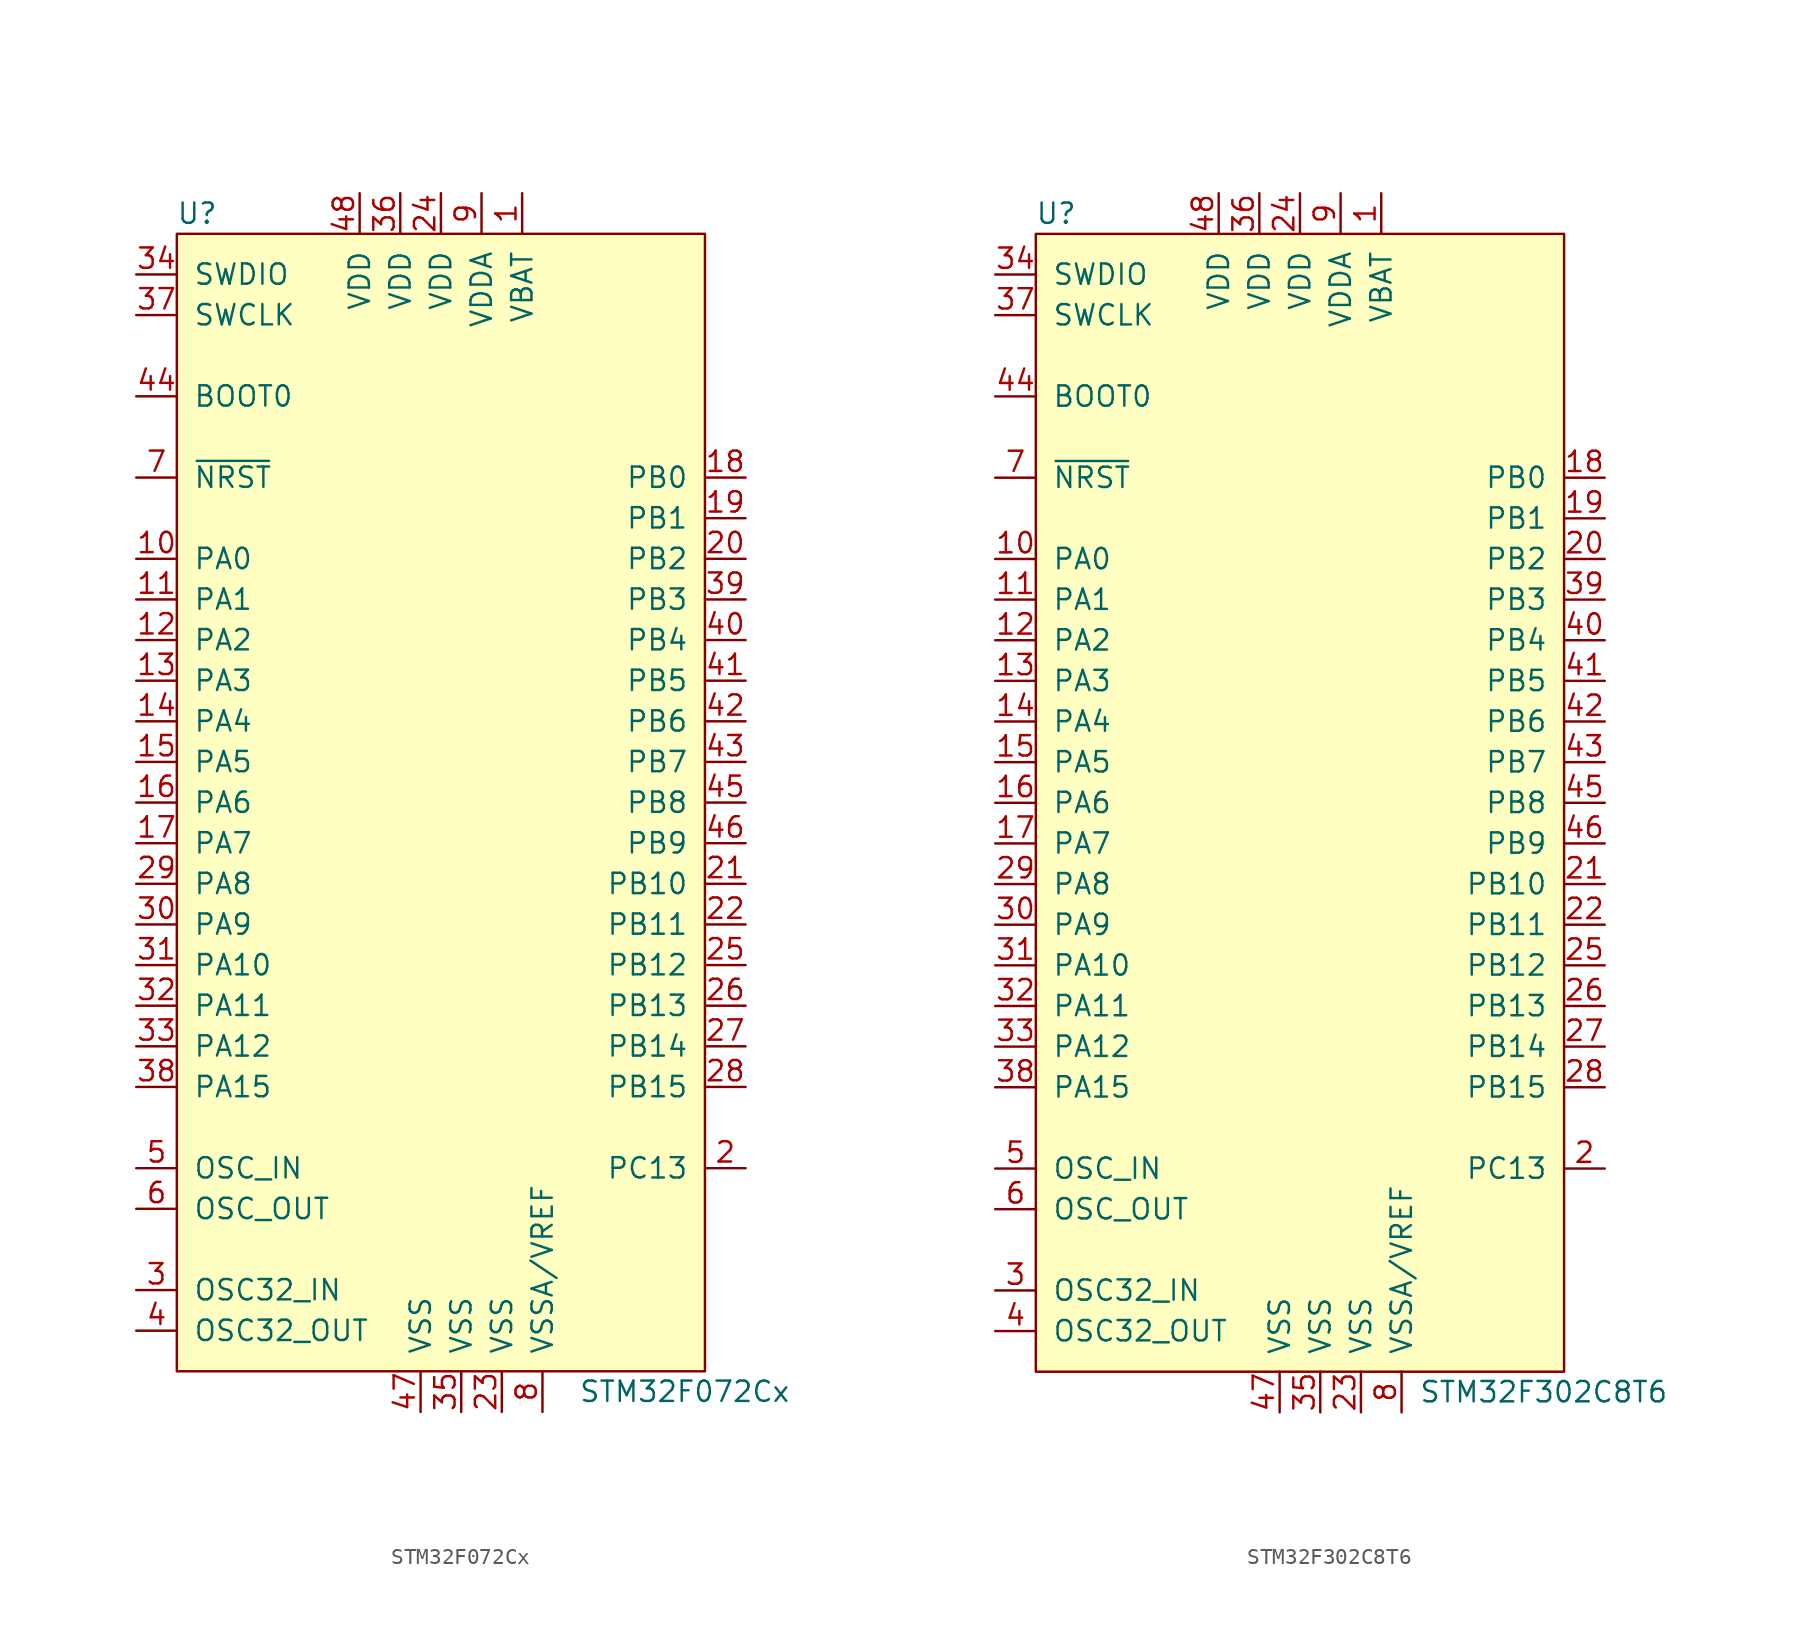
<source format=kicad_sym>
(kicad_symbol_lib
  (version 20231120)
  (generator "kicad_symbol_editor")
  (generator_version "8.0")
  (symbol "STM32F072Cx"
    (pin_names
      (offset 1.016))
    (property "Reference" "U"
      (at -15.24 38.1 0)
      (effects (font (size 1.27 1.27))))
    (property "Value" "STM32F072Cx"
      (at 15.24 -35.56 0)
      (effects (font (size 1.27 1.27))))
    (symbol "STM32F072Cx_0_0"
      (pin power_in line (at 5.08 39.37 270) (length 2.54) (name "VBAT" (effects (font (size 1.27 1.27)))) (number "1" (effects (font (size 1.27 1.27)))))
      (pin bidirectional line (at -19.05 16.51 0) (length 2.54) (name "PA0" (effects (font (size 1.27 1.27)))) (number "10" (effects (font (size 1.27 1.27)))))
      (pin bidirectional line (at -19.05 13.97 0) (length 2.54) (name "PA1" (effects (font (size 1.27 1.27)))) (number "11" (effects (font (size 1.27 1.27)))))
      (pin bidirectional line (at -19.05 11.43 0) (length 2.54) (name "PA2" (effects (font (size 1.27 1.27)))) (number "12" (effects (font (size 1.27 1.27)))))
      (pin bidirectional line (at -19.05 8.89 0) (length 2.54) (name "PA3" (effects (font (size 1.27 1.27)))) (number "13" (effects (font (size 1.27 1.27)))))
      (pin bidirectional line (at -19.05 6.35 0) (length 2.54) (name "PA4" (effects (font (size 1.27 1.27)))) (number "14" (effects (font (size 1.27 1.27)))))
      (pin bidirectional line (at -19.05 3.81 0) (length 2.54) (name "PA5" (effects (font (size 1.27 1.27)))) (number "15" (effects (font (size 1.27 1.27)))))
      (pin bidirectional line (at -19.05 1.27 0) (length 2.54) (name "PA6" (effects (font (size 1.27 1.27)))) (number "16" (effects (font (size 1.27 1.27)))))
      (pin bidirectional line (at -19.05 -1.27 0) (length 2.54) (name "PA7" (effects (font (size 1.27 1.27)))) (number "17" (effects (font (size 1.27 1.27)))))
      (pin bidirectional line (at 19.05 21.59 180) (length 2.54) (name "PB0" (effects (font (size 1.27 1.27)))) (number "18" (effects (font (size 1.27 1.27)))))
      (pin bidirectional line (at 19.05 19.05 180) (length 2.54) (name "PB1" (effects (font (size 1.27 1.27)))) (number "19" (effects (font (size 1.27 1.27)))))
      (pin bidirectional line (at 19.05 -21.59 180) (length 2.54) (name "PC13" (effects (font (size 1.27 1.27)))) (number "2" (effects (font (size 1.27 1.27)))))
      (pin bidirectional line (at 19.05 16.51 180) (length 2.54) (name "PB2" (effects (font (size 1.27 1.27)))) (number "20" (effects (font (size 1.27 1.27)))))
      (pin bidirectional line (at 19.05 -3.81 180) (length 2.54) (name "PB10" (effects (font (size 1.27 1.27)))) (number "21" (effects (font (size 1.27 1.27)))))
      (pin bidirectional line (at 19.05 -6.35 180) (length 2.54) (name "PB11" (effects (font (size 1.27 1.27)))) (number "22" (effects (font (size 1.27 1.27)))))
      (pin power_in line (at 3.81 -36.83 90) (length 2.54) (name "VSS" (effects (font (size 1.27 1.27)))) (number "23" (effects (font (size 1.27 1.27)))))
      (pin power_in line (at 0 39.37 270) (length 2.54) (name "VDD" (effects (font (size 1.27 1.27)))) (number "24" (effects (font (size 1.27 1.27)))))
      (pin bidirectional line (at 19.05 -8.89 180) (length 2.54) (name "PB12" (effects (font (size 1.27 1.27)))) (number "25" (effects (font (size 1.27 1.27)))))
      (pin bidirectional line (at 19.05 -11.43 180) (length 2.54) (name "PB13" (effects (font (size 1.27 1.27)))) (number "26" (effects (font (size 1.27 1.27)))))
      (pin bidirectional line (at 19.05 -13.97 180) (length 2.54) (name "PB14" (effects (font (size 1.27 1.27)))) (number "27" (effects (font (size 1.27 1.27)))))
      (pin bidirectional line (at 19.05 -16.51 180) (length 2.54) (name "PB15" (effects (font (size 1.27 1.27)))) (number "28" (effects (font (size 1.27 1.27)))))
      (pin bidirectional line (at -19.05 -3.81 0) (length 2.54) (name "PA8" (effects (font (size 1.27 1.27)))) (number "29" (effects (font (size 1.27 1.27)))))
      (pin input line (at -19.05 -29.21 0) (length 2.54) (name "OSC32_IN" (effects (font (size 1.27 1.27)))) (number "3" (effects (font (size 1.27 1.27)))))
      (pin bidirectional line (at -19.05 -6.35 0) (length 2.54) (name "PA9" (effects (font (size 1.27 1.27)))) (number "30" (effects (font (size 1.27 1.27)))))
      (pin bidirectional line (at -19.05 -8.89 0) (length 2.54) (name "PA10" (effects (font (size 1.27 1.27)))) (number "31" (effects (font (size 1.27 1.27)))))
      (pin bidirectional line (at -19.05 -11.43 0) (length 2.54) (name "PA11" (effects (font (size 1.27 1.27)))) (number "32" (effects (font (size 1.27 1.27)))))
      (pin bidirectional line (at -19.05 -13.97 0) (length 2.54) (name "PA12" (effects (font (size 1.27 1.27)))) (number "33" (effects (font (size 1.27 1.27)))))
      (pin bidirectional line (at -19.05 34.29 0) (length 2.54) (name "SWDIO" (effects (font (size 1.27 1.27)))) (number "34" (effects (font (size 1.27 1.27)))))
      (pin power_in line (at 1.27 -36.83 90) (length 2.54) (name "VSS" (effects (font (size 1.27 1.27)))) (number "35" (effects (font (size 1.27 1.27)))))
      (pin power_in line (at -2.54 39.37 270) (length 2.54) (name "VDD" (effects (font (size 1.27 1.27)))) (number "36" (effects (font (size 1.27 1.27)))))
      (pin bidirectional line (at -19.05 31.75 0) (length 2.54) (name "SWCLK" (effects (font (size 1.27 1.27)))) (number "37" (effects (font (size 1.27 1.27)))))
      (pin bidirectional line (at -19.05 -16.51 0) (length 2.54) (name "PA15" (effects (font (size 1.27 1.27)))) (number "38" (effects (font (size 1.27 1.27)))))
      (pin bidirectional line (at 19.05 13.97 180) (length 2.54) (name "PB3" (effects (font (size 1.27 1.27)))) (number "39" (effects (font (size 1.27 1.27)))))
      (pin output line (at -19.05 -31.75 0) (length 2.54) (name "OSC32_OUT" (effects (font (size 1.27 1.27)))) (number "4" (effects (font (size 1.27 1.27)))))
      (pin bidirectional line (at 19.05 11.43 180) (length 2.54) (name "PB4" (effects (font (size 1.27 1.27)))) (number "40" (effects (font (size 1.27 1.27)))))
      (pin bidirectional line (at 19.05 8.89 180) (length 2.54) (name "PB5" (effects (font (size 1.27 1.27)))) (number "41" (effects (font (size 1.27 1.27)))))
      (pin bidirectional line (at 19.05 6.35 180) (length 2.54) (name "PB6" (effects (font (size 1.27 1.27)))) (number "42" (effects (font (size 1.27 1.27)))))
      (pin bidirectional line (at 19.05 3.81 180) (length 2.54) (name "PB7" (effects (font (size 1.27 1.27)))) (number "43" (effects (font (size 1.27 1.27)))))
      (pin input line (at -19.05 26.67 0) (length 2.54) (name "BOOT0" (effects (font (size 1.27 1.27)))) (number "44" (effects (font (size 1.27 1.27)))))
      (pin bidirectional line (at 19.05 1.27 180) (length 2.54) (name "PB8" (effects (font (size 1.27 1.27)))) (number "45" (effects (font (size 1.27 1.27)))))
      (pin bidirectional line (at 19.05 -1.27 180) (length 2.54) (name "PB9" (effects (font (size 1.27 1.27)))) (number "46" (effects (font (size 1.27 1.27)))))
      (pin power_in line (at -1.27 -36.83 90) (length 2.54) (name "VSS" (effects (font (size 1.27 1.27)))) (number "47" (effects (font (size 1.27 1.27)))))
      (pin power_in line (at -5.08 39.37 270) (length 2.54) (name "VDD" (effects (font (size 1.27 1.27)))) (number "48" (effects (font (size 1.27 1.27)))))
      (pin input line (at -19.05 -21.59 0) (length 2.54) (name "OSC_IN" (effects (font (size 1.27 1.27)))) (number "5" (effects (font (size 1.27 1.27)))))
      (pin output line (at -19.05 -24.13 0) (length 2.54) (name "OSC_OUT" (effects (font (size 1.27 1.27)))) (number "6" (effects (font (size 1.27 1.27)))))
      (pin output line (at -19.05 21.59 0) (length 2.54) (name "~{NRST}" (effects (font (size 1.27 1.27)))) (number "7" (effects (font (size 1.27 1.27)))))
      (pin power_in line (at 6.35 -36.83 90) (length 2.54) (name "VSSA/VREF" (effects (font (size 1.27 1.27)))) (number "8" (effects (font (size 1.27 1.27)))))
      (pin power_in line (at 2.54 39.37 270) (length 2.54) (name "VDDA" (effects (font (size 1.27 1.27)))) (number "9" (effects (font (size 1.27 1.27))))))
    (symbol "STM32F072Cx_0_1"
      (rectangle (start -16.51 36.83) (end 16.51 -34.29) (stroke (width 0) (type default)) (fill (type background)))))
  (symbol "STM32F302C8T6"
    (pin_names
      (offset 1.016))
    (property "Reference" "U"
      (at -15.24 38.1 0)
      (effects (font (size 1.27 1.27))))
    (property "Value" "STM32F302C8T6"
      (at 15.24 -35.56 0)
      (effects (font (size 1.27 1.27))))
    (symbol "STM32F302C8T6_0_0"
      (pin power_in line (at 5.08 39.37 270) (length 2.54) (name "VBAT" (effects (font (size 1.27 1.27)))) (number "1" (effects (font (size 1.27 1.27)))))
      (pin bidirectional line (at -19.05 16.51 0) (length 2.54) (name "PA0" (effects (font (size 1.27 1.27)))) (number "10" (effects (font (size 1.27 1.27)))))
      (pin bidirectional line (at -19.05 13.97 0) (length 2.54) (name "PA1" (effects (font (size 1.27 1.27)))) (number "11" (effects (font (size 1.27 1.27)))))
      (pin bidirectional line (at -19.05 11.43 0) (length 2.54) (name "PA2" (effects (font (size 1.27 1.27)))) (number "12" (effects (font (size 1.27 1.27)))))
      (pin bidirectional line (at -19.05 8.89 0) (length 2.54) (name "PA3" (effects (font (size 1.27 1.27)))) (number "13" (effects (font (size 1.27 1.27)))))
      (pin bidirectional line (at -19.05 6.35 0) (length 2.54) (name "PA4" (effects (font (size 1.27 1.27)))) (number "14" (effects (font (size 1.27 1.27)))))
      (pin bidirectional line (at -19.05 3.81 0) (length 2.54) (name "PA5" (effects (font (size 1.27 1.27)))) (number "15" (effects (font (size 1.27 1.27)))))
      (pin bidirectional line (at -19.05 1.27 0) (length 2.54) (name "PA6" (effects (font (size 1.27 1.27)))) (number "16" (effects (font (size 1.27 1.27)))))
      (pin bidirectional line (at -19.05 -1.27 0) (length 2.54) (name "PA7" (effects (font (size 1.27 1.27)))) (number "17" (effects (font (size 1.27 1.27)))))
      (pin bidirectional line (at 19.05 21.59 180) (length 2.54) (name "PB0" (effects (font (size 1.27 1.27)))) (number "18" (effects (font (size 1.27 1.27)))))
      (pin bidirectional line (at 19.05 19.05 180) (length 2.54) (name "PB1" (effects (font (size 1.27 1.27)))) (number "19" (effects (font (size 1.27 1.27)))))
      (pin bidirectional line (at 19.05 -21.59 180) (length 2.54) (name "PC13" (effects (font (size 1.27 1.27)))) (number "2" (effects (font (size 1.27 1.27)))))
      (pin bidirectional line (at 19.05 16.51 180) (length 2.54) (name "PB2" (effects (font (size 1.27 1.27)))) (number "20" (effects (font (size 1.27 1.27)))))
      (pin bidirectional line (at 19.05 -3.81 180) (length 2.54) (name "PB10" (effects (font (size 1.27 1.27)))) (number "21" (effects (font (size 1.27 1.27)))))
      (pin bidirectional line (at 19.05 -6.35 180) (length 2.54) (name "PB11" (effects (font (size 1.27 1.27)))) (number "22" (effects (font (size 1.27 1.27)))))
      (pin power_in line (at 3.81 -36.83 90) (length 2.54) (name "VSS" (effects (font (size 1.27 1.27)))) (number "23" (effects (font (size 1.27 1.27)))))
      (pin power_in line (at 0 39.37 270) (length 2.54) (name "VDD" (effects (font (size 1.27 1.27)))) (number "24" (effects (font (size 1.27 1.27)))))
      (pin bidirectional line (at 19.05 -8.89 180) (length 2.54) (name "PB12" (effects (font (size 1.27 1.27)))) (number "25" (effects (font (size 1.27 1.27)))))
      (pin bidirectional line (at 19.05 -11.43 180) (length 2.54) (name "PB13" (effects (font (size 1.27 1.27)))) (number "26" (effects (font (size 1.27 1.27)))))
      (pin bidirectional line (at 19.05 -13.97 180) (length 2.54) (name "PB14" (effects (font (size 1.27 1.27)))) (number "27" (effects (font (size 1.27 1.27)))))
      (pin bidirectional line (at 19.05 -16.51 180) (length 2.54) (name "PB15" (effects (font (size 1.27 1.27)))) (number "28" (effects (font (size 1.27 1.27)))))
      (pin bidirectional line (at -19.05 -3.81 0) (length 2.54) (name "PA8" (effects (font (size 1.27 1.27)))) (number "29" (effects (font (size 1.27 1.27)))))
      (pin input line (at -19.05 -29.21 0) (length 2.54) (name "OSC32_IN" (effects (font (size 1.27 1.27)))) (number "3" (effects (font (size 1.27 1.27)))))
      (pin bidirectional line (at -19.05 -6.35 0) (length 2.54) (name "PA9" (effects (font (size 1.27 1.27)))) (number "30" (effects (font (size 1.27 1.27)))))
      (pin bidirectional line (at -19.05 -8.89 0) (length 2.54) (name "PA10" (effects (font (size 1.27 1.27)))) (number "31" (effects (font (size 1.27 1.27)))))
      (pin bidirectional line (at -19.05 -11.43 0) (length 2.54) (name "PA11" (effects (font (size 1.27 1.27)))) (number "32" (effects (font (size 1.27 1.27)))))
      (pin bidirectional line (at -19.05 -13.97 0) (length 2.54) (name "PA12" (effects (font (size 1.27 1.27)))) (number "33" (effects (font (size 1.27 1.27)))))
      (pin bidirectional line (at -19.05 34.29 0) (length 2.54) (name "SWDIO" (effects (font (size 1.27 1.27)))) (number "34" (effects (font (size 1.27 1.27)))))
      (pin power_in line (at 1.27 -36.83 90) (length 2.54) (name "VSS" (effects (font (size 1.27 1.27)))) (number "35" (effects (font (size 1.27 1.27)))))
      (pin power_in line (at -2.54 39.37 270) (length 2.54) (name "VDD" (effects (font (size 1.27 1.27)))) (number "36" (effects (font (size 1.27 1.27)))))
      (pin bidirectional line (at -19.05 31.75 0) (length 2.54) (name "SWCLK" (effects (font (size 1.27 1.27)))) (number "37" (effects (font (size 1.27 1.27)))))
      (pin bidirectional line (at -19.05 -16.51 0) (length 2.54) (name "PA15" (effects (font (size 1.27 1.27)))) (number "38" (effects (font (size 1.27 1.27)))))
      (pin bidirectional line (at 19.05 13.97 180) (length 2.54) (name "PB3" (effects (font (size 1.27 1.27)))) (number "39" (effects (font (size 1.27 1.27)))))
      (pin output line (at -19.05 -31.75 0) (length 2.54) (name "OSC32_OUT" (effects (font (size 1.27 1.27)))) (number "4" (effects (font (size 1.27 1.27)))))
      (pin bidirectional line (at 19.05 11.43 180) (length 2.54) (name "PB4" (effects (font (size 1.27 1.27)))) (number "40" (effects (font (size 1.27 1.27)))))
      (pin bidirectional line (at 19.05 8.89 180) (length 2.54) (name "PB5" (effects (font (size 1.27 1.27)))) (number "41" (effects (font (size 1.27 1.27)))))
      (pin bidirectional line (at 19.05 6.35 180) (length 2.54) (name "PB6" (effects (font (size 1.27 1.27)))) (number "42" (effects (font (size 1.27 1.27)))))
      (pin bidirectional line (at 19.05 3.81 180) (length 2.54) (name "PB7" (effects (font (size 1.27 1.27)))) (number "43" (effects (font (size 1.27 1.27)))))
      (pin input line (at -19.05 26.67 0) (length 2.54) (name "BOOT0" (effects (font (size 1.27 1.27)))) (number "44" (effects (font (size 1.27 1.27)))))
      (pin bidirectional line (at 19.05 1.27 180) (length 2.54) (name "PB8" (effects (font (size 1.27 1.27)))) (number "45" (effects (font (size 1.27 1.27)))))
      (pin bidirectional line (at 19.05 -1.27 180) (length 2.54) (name "PB9" (effects (font (size 1.27 1.27)))) (number "46" (effects (font (size 1.27 1.27)))))
      (pin power_in line (at -1.27 -36.83 90) (length 2.54) (name "VSS" (effects (font (size 1.27 1.27)))) (number "47" (effects (font (size 1.27 1.27)))))
      (pin power_in line (at -5.08 39.37 270) (length 2.54) (name "VDD" (effects (font (size 1.27 1.27)))) (number "48" (effects (font (size 1.27 1.27)))))
      (pin input line (at -19.05 -21.59 0) (length 2.54) (name "OSC_IN" (effects (font (size 1.27 1.27)))) (number "5" (effects (font (size 1.27 1.27)))))
      (pin output line (at -19.05 -24.13 0) (length 2.54) (name "OSC_OUT" (effects (font (size 1.27 1.27)))) (number "6" (effects (font (size 1.27 1.27)))))
      (pin output line (at -19.05 21.59 0) (length 2.54) (name "~{NRST}" (effects (font (size 1.27 1.27)))) (number "7" (effects (font (size 1.27 1.27)))))
      (pin power_in line (at 6.35 -36.83 90) (length 2.54) (name "VSSA/VREF" (effects (font (size 1.27 1.27)))) (number "8" (effects (font (size 1.27 1.27)))))
      (pin power_in line (at 2.54 39.37 270) (length 2.54) (name "VDDA" (effects (font (size 1.27 1.27)))) (number "9" (effects (font (size 1.27 1.27))))))
    (symbol "STM32F302C8T6_0_1"
      (rectangle (start -16.51 36.83) (end 16.51 -34.29) (stroke (width 0) (type default)) (fill (type background))))))
</source>
